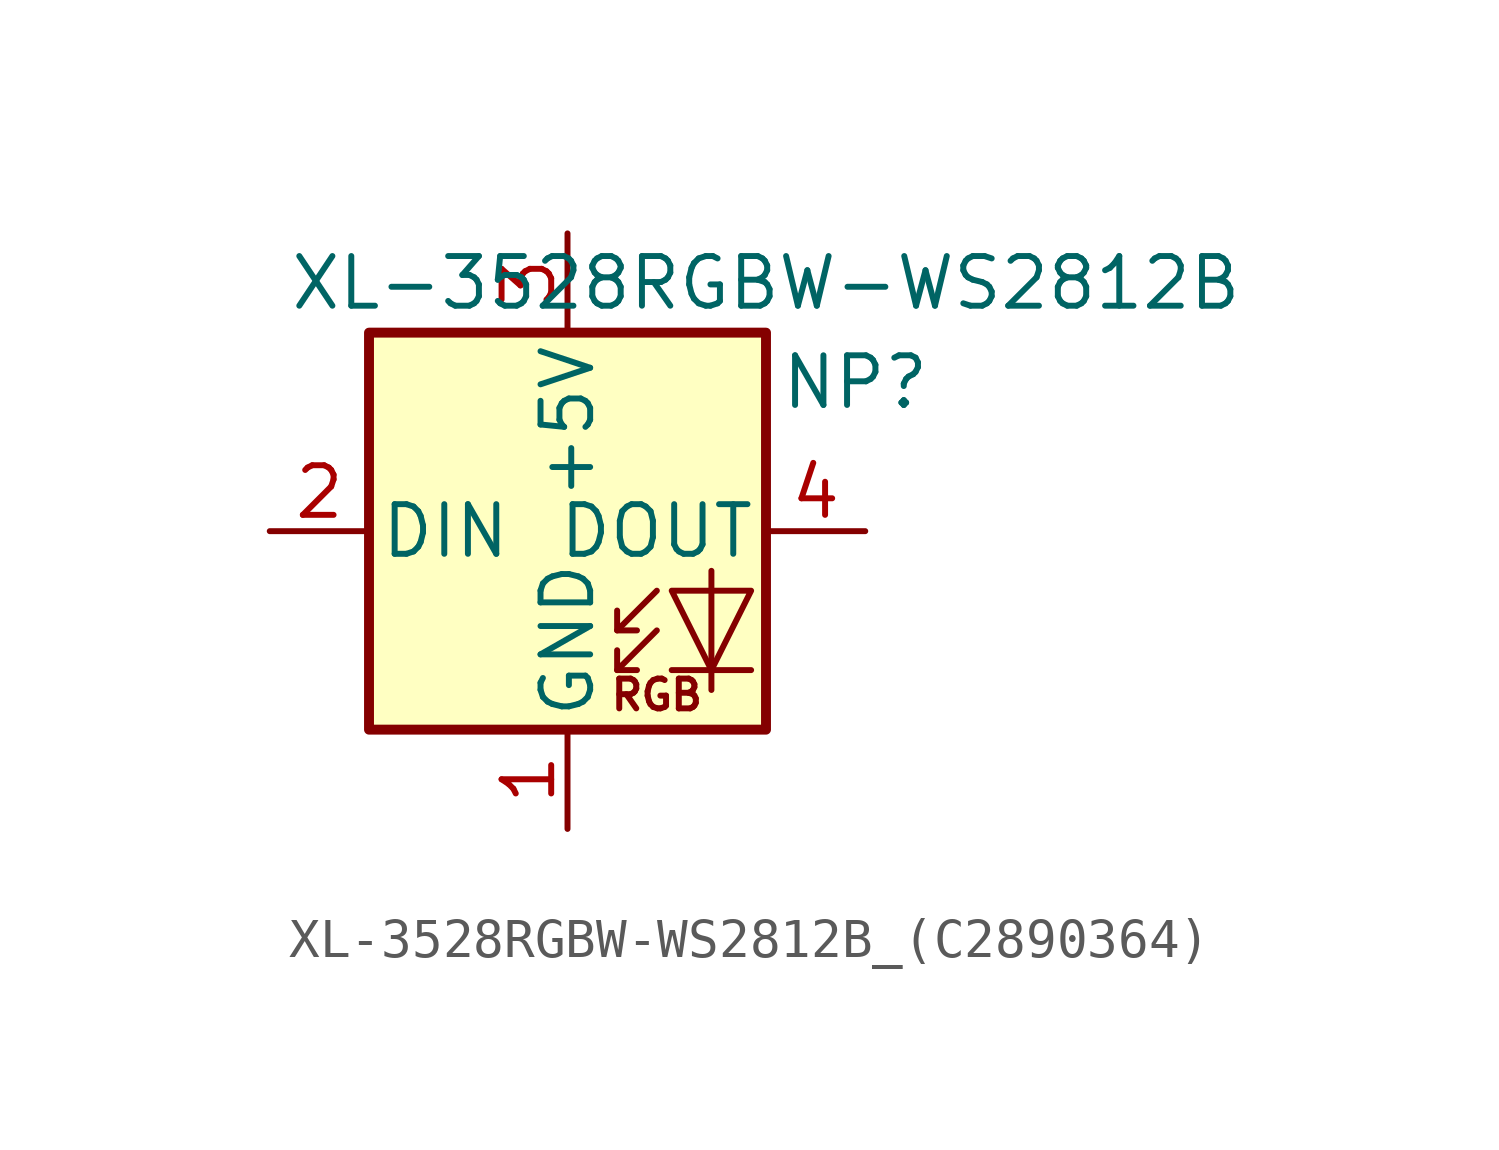
<source format=kicad_sym>
(kicad_symbol_lib
  (version 20220914)
  (generator kicad_symbol_editor)
  (symbol "XL-3528RGBW-WS2812B_(C2890364)"
    (pin_names
      (offset 0.254))
    (property "Reference" "NP"
      (at 7.366 3.81 0)
      (effects (font (size 1.27 1.27))))
    (property "Value" "XL-3528RGBW-WS2812B"
      (at 5.08 6.35 0)
      (effects (font (size 1.27 1.27))))
    (symbol "XL-3528RGBW-WS2812B_(C2890364)_0_0"
      (text "RGB" (at 2.286 -4.191 0) (effects (font (size 0.762 0.762)))))
    (symbol "XL-3528RGBW-WS2812B_(C2890364)_0_1"
      (rectangle (start -5.08 5.08) (end 5.08 -5.08) (stroke (width 0.254) (type default)) (fill (type background)))
      (polyline (pts (xy 1.27 -3.556) (xy 1.778 -3.556)) (stroke (width 0) (type default)) (fill (type none)))
      (polyline (pts (xy 1.27 -2.54) (xy 1.778 -2.54)) (stroke (width 0) (type default)) (fill (type none)))
      (polyline (pts (xy 4.699 -3.556) (xy 2.667 -3.556)) (stroke (width 0) (type default)) (fill (type none)))
      (polyline (pts (xy 2.286 -2.54) (xy 1.27 -3.556) (xy 1.27 -3.048)) (stroke (width 0) (type default)) (fill (type none)))
      (polyline (pts (xy 2.286 -1.524) (xy 1.27 -2.54) (xy 1.27 -2.032)) (stroke (width 0) (type default)) (fill (type none)))
      (polyline (pts (xy 3.683 -1.016) (xy 3.683 -3.556) (xy 3.683 -4.064)) (stroke (width 0) (type default)) (fill (type none)))
      (polyline (pts (xy 4.699 -1.524) (xy 2.667 -1.524) (xy 3.683 -3.556) (xy 4.699 -1.524)) (stroke (width 0) (type default)) (fill (type none))))
    (symbol "XL-3528RGBW-WS2812B_(C2890364)_1_1"
      (pin power_in line (at 0 -7.62 90) (length 2.54) (name "GND" (effects (font (size 1.27 1.27)))) (number "1" (effects (font (size 1.27 1.27)))))
      (pin input line (at -7.62 0 0) (length 2.54) (name "DIN" (effects (font (size 1.27 1.27)))) (number "2" (effects (font (size 1.27 1.27)))))
      (pin power_in line (at 0 7.62 270) (length 2.54) (name "+5V" (effects (font (size 1.27 1.27)))) (number "3" (effects (font (size 1.27 1.27)))))
      (pin output line (at 7.62 0 180) (length 2.54) (name "DOUT" (effects (font (size 1.27 1.27)))) (number "4" (effects (font (size 1.27 1.27))))))))
</source>
